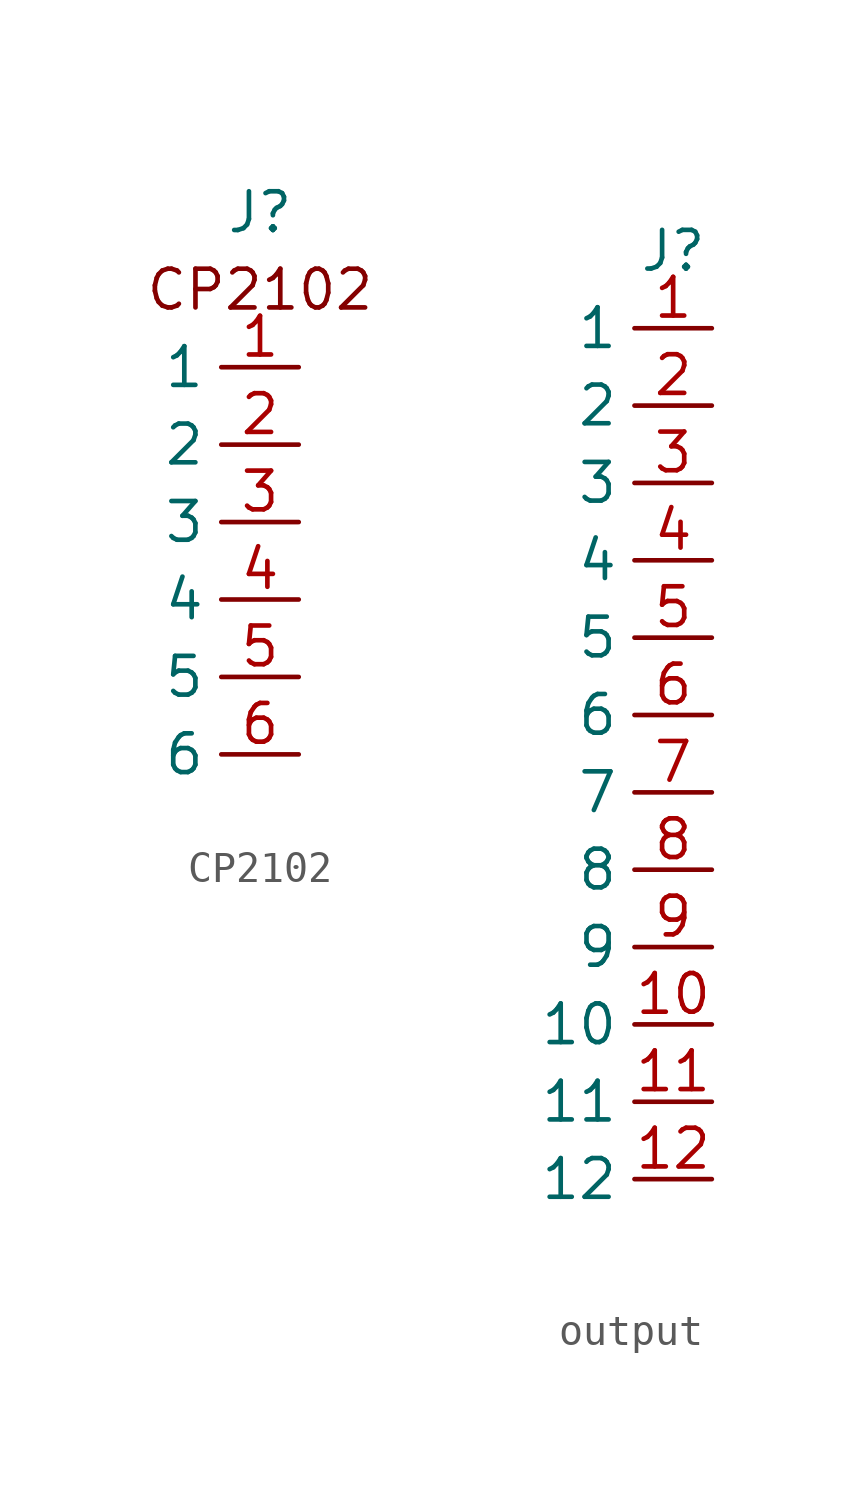
<source format=kicad_sym>
(kicad_symbol_lib
  (version 20220914)
  (generator kicad_symbol_editor)
  (symbol "CP2102"
    (property "Reference" "J"
      (at 0 2.54 0)
      (effects (font (size 1.27 1.27))))
    (property "Value" ""
      (at 0 0 0)
      (effects (font (size 1.27 1.27))))
    (symbol "CP2102_1_1"
      (text "CP2102" (at 0 0 0) (effects (font (size 1.27 1.27))))
      (pin input line (at 1.27 -2.54 180) (length 2.54) (name "1" (effects (font (size 1.27 1.27)))) (number "1" (effects (font (size 1.27 1.27)))))
      (pin input line (at 1.27 -5.08 180) (length 2.54) (name "2" (effects (font (size 1.27 1.27)))) (number "2" (effects (font (size 1.27 1.27)))))
      (pin input line (at 1.27 -7.62 180) (length 2.54) (name "3" (effects (font (size 1.27 1.27)))) (number "3" (effects (font (size 1.27 1.27)))))
      (pin input line (at 1.27 -10.16 180) (length 2.54) (name "4" (effects (font (size 1.27 1.27)))) (number "4" (effects (font (size 1.27 1.27)))))
      (pin input line (at 1.27 -12.7 180) (length 2.54) (name "5" (effects (font (size 1.27 1.27)))) (number "5" (effects (font (size 1.27 1.27)))))
      (pin input line (at 1.27 -15.24 180) (length 2.54) (name "6" (effects (font (size 1.27 1.27)))) (number "6" (effects (font (size 1.27 1.27)))))))
  (symbol "output"
    (property "Reference" "J"
      (at 0 1.27 0)
      (effects (font (size 1.27 1.27))))
    (property "Value" ""
      (at 0 0 0)
      (effects (font (size 1.27 1.27))))
    (symbol "output_1_1"
      (pin input line (at 1.27 -1.27 180) (length 2.54) (name "1" (effects (font (size 1.27 1.27)))) (number "1" (effects (font (size 1.27 1.27)))))
      (pin input line (at 1.27 -24.13 180) (length 2.54) (name "10" (effects (font (size 1.27 1.27)))) (number "10" (effects (font (size 1.27 1.27)))))
      (pin input line (at 1.27 -26.67 180) (length 2.54) (name "11" (effects (font (size 1.27 1.27)))) (number "11" (effects (font (size 1.27 1.27)))))
      (pin input line (at 1.27 -29.21 180) (length 2.54) (name "12" (effects (font (size 1.27 1.27)))) (number "12" (effects (font (size 1.27 1.27)))))
      (pin input line (at 1.27 -3.81 180) (length 2.54) (name "2" (effects (font (size 1.27 1.27)))) (number "2" (effects (font (size 1.27 1.27)))))
      (pin input line (at 1.27 -6.35 180) (length 2.54) (name "3" (effects (font (size 1.27 1.27)))) (number "3" (effects (font (size 1.27 1.27)))))
      (pin input line (at 1.27 -8.89 180) (length 2.54) (name "4" (effects (font (size 1.27 1.27)))) (number "4" (effects (font (size 1.27 1.27)))))
      (pin input line (at 1.27 -11.43 180) (length 2.54) (name "5" (effects (font (size 1.27 1.27)))) (number "5" (effects (font (size 1.27 1.27)))))
      (pin input line (at 1.27 -13.97 180) (length 2.54) (name "6" (effects (font (size 1.27 1.27)))) (number "6" (effects (font (size 1.27 1.27)))))
      (pin input line (at 1.27 -16.51 180) (length 2.54) (name "7" (effects (font (size 1.27 1.27)))) (number "7" (effects (font (size 1.27 1.27)))))
      (pin input line (at 1.27 -19.05 180) (length 2.54) (name "8" (effects (font (size 1.27 1.27)))) (number "8" (effects (font (size 1.27 1.27)))))
      (pin input line (at 1.27 -21.59 180) (length 2.54) (name "9" (effects (font (size 1.27 1.27)))) (number "9" (effects (font (size 1.27 1.27))))))))
</source>
